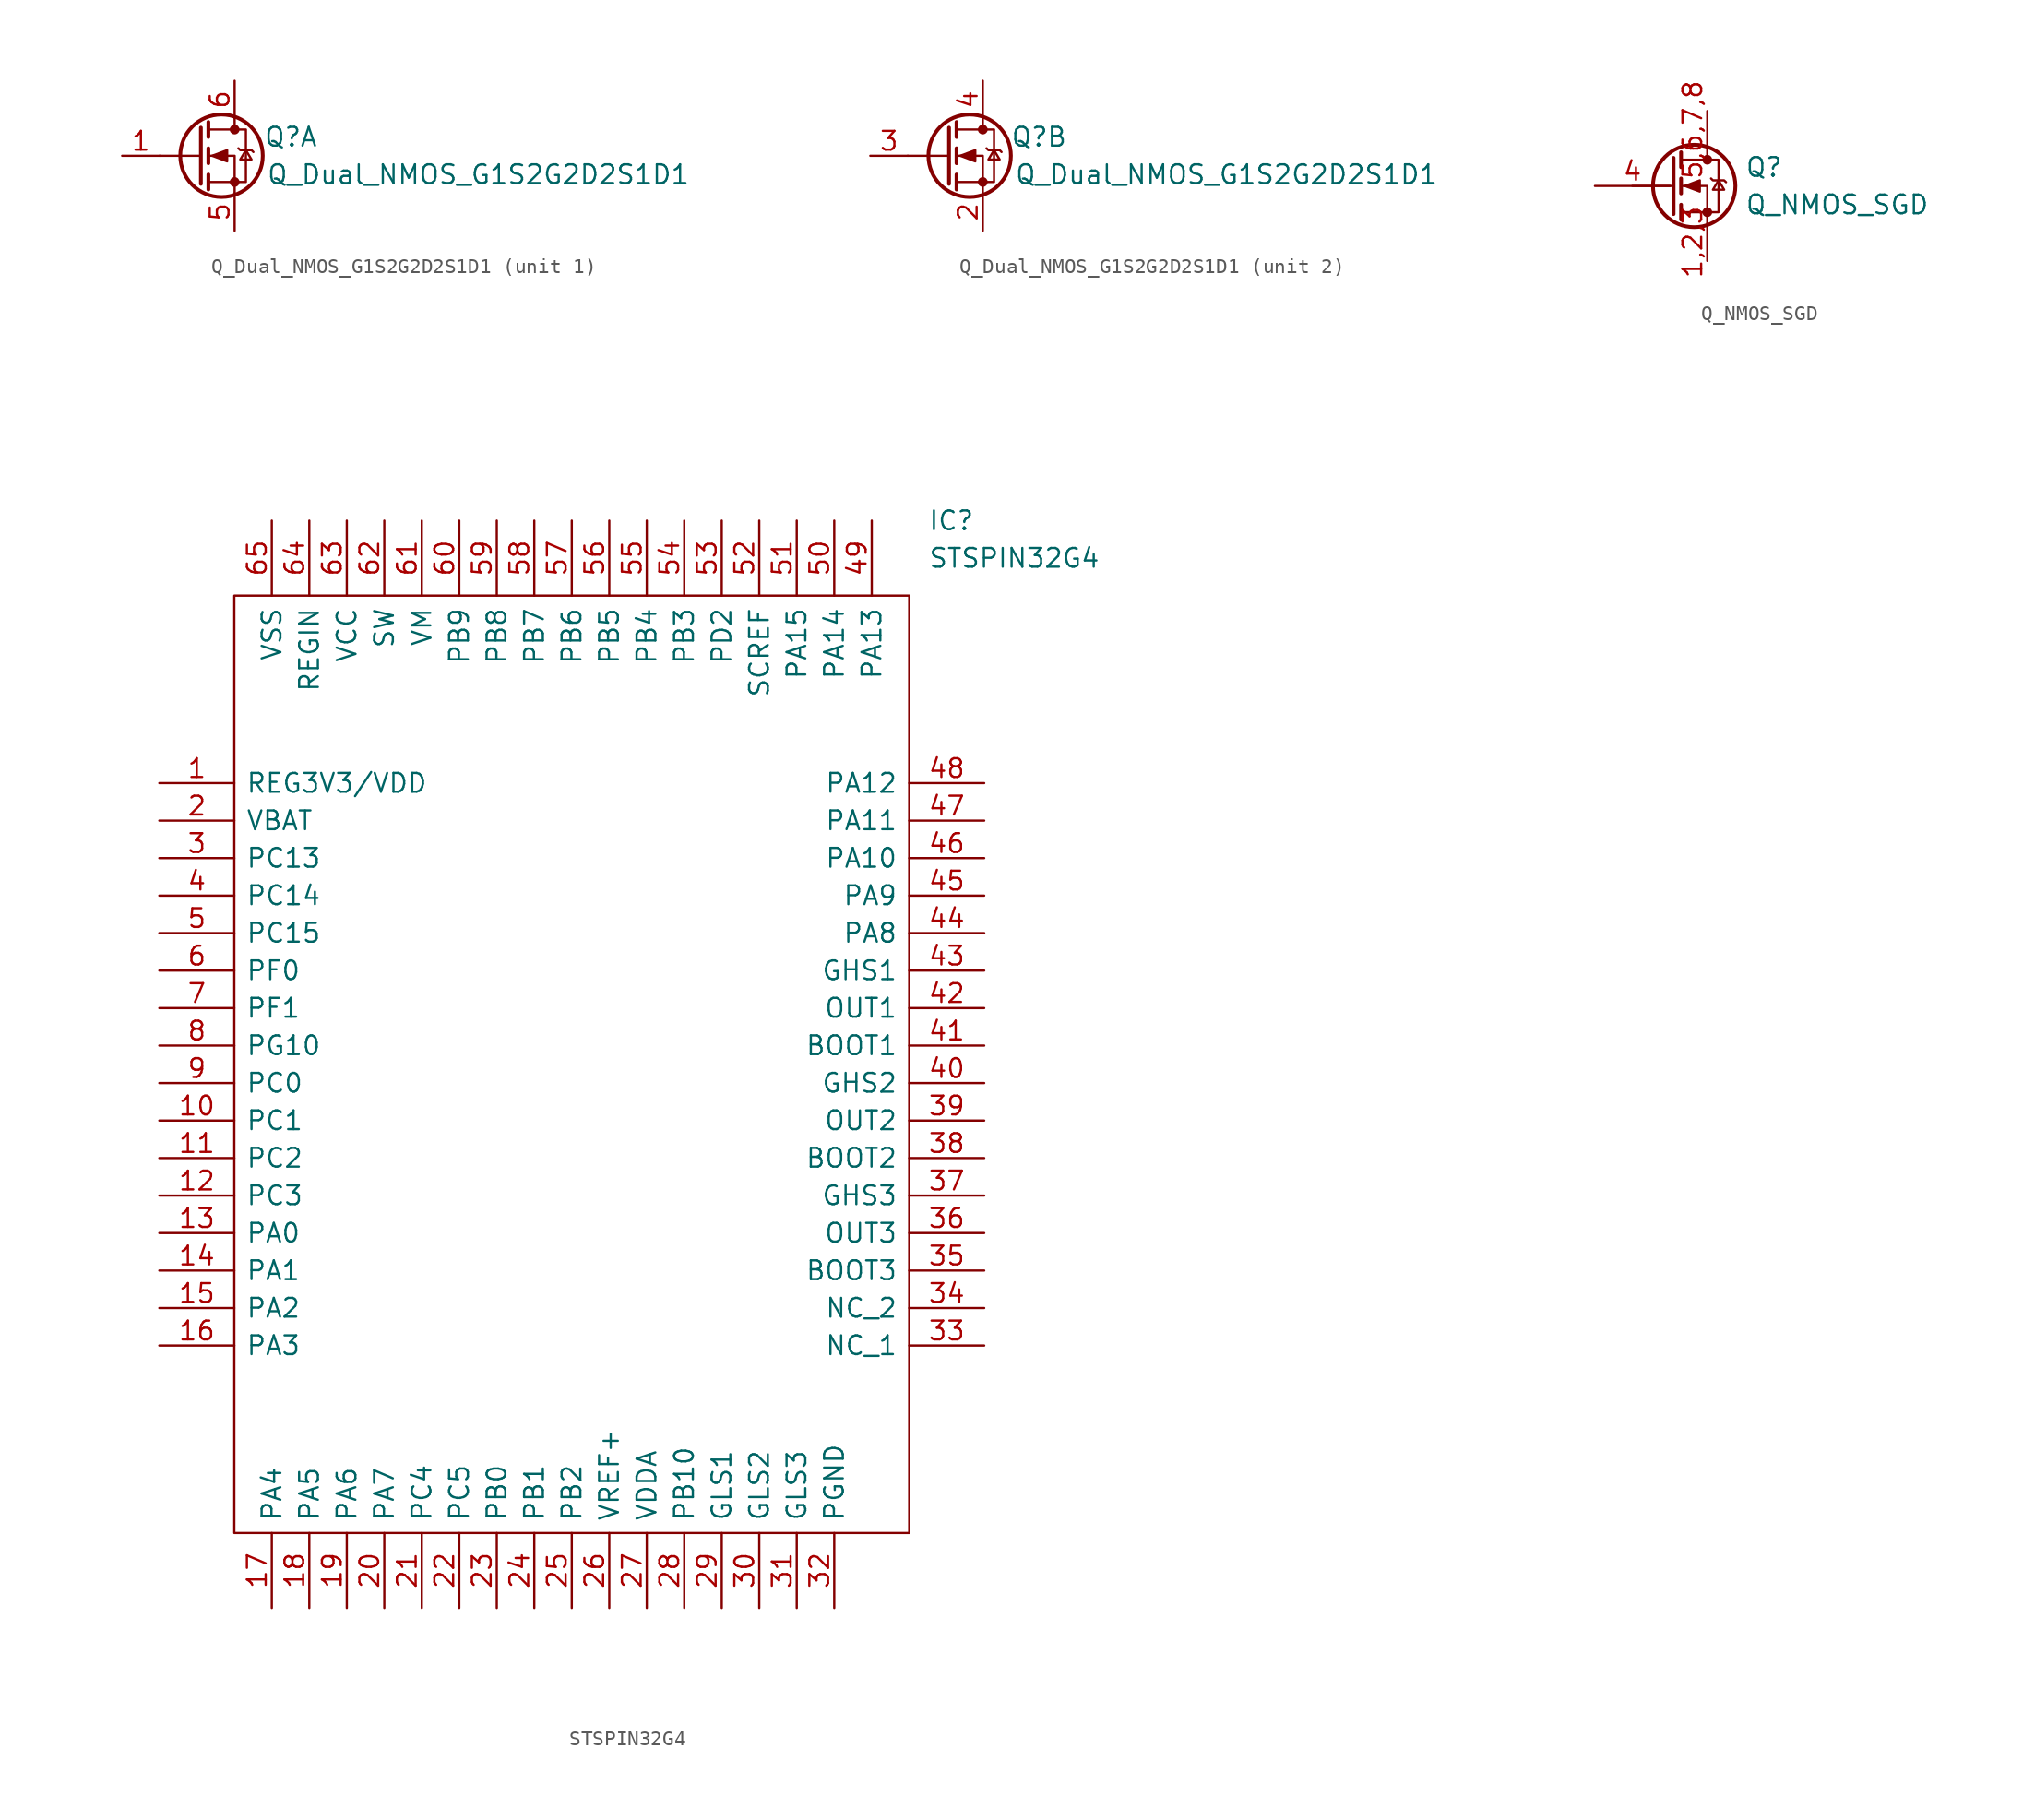
<source format=kicad_sym>
(kicad_symbol_lib
  (version 20220914)
  (generator kicad_symbol_editor)
  (symbol "Q_Dual_NMOS_G1S2G2D2S1D1"
    (pin_names
      (offset 0) hide)
    (property "Reference" "Q"
      (at 6.35 1.27 0)
      (effects (font (size 1.27 1.27))))
    (property "Value" "Q_Dual_NMOS_G1S2G2D2S1D1"
      (at 19.05 -1.27 0)
      (effects (font (size 1.27 1.27))))
    (symbol "Q_Dual_NMOS_G1S2G2D2S1D1_0_1"
      (polyline (pts (xy 0.254 0) (xy -2.54 0)) (stroke (width 0) (type default)) (fill (type none)))
      (polyline (pts (xy 0.254 1.905) (xy 0.254 -1.905)) (stroke (width 0.254) (type default)) (fill (type none)))
      (polyline (pts (xy 0.762 -1.27) (xy 0.762 -2.286)) (stroke (width 0.254) (type default)) (fill (type none)))
      (polyline (pts (xy 0.762 0.508) (xy 0.762 -0.508)) (stroke (width 0.254) (type default)) (fill (type none)))
      (polyline (pts (xy 0.762 2.286) (xy 0.762 1.27)) (stroke (width 0.254) (type default)) (fill (type none)))
      (polyline (pts (xy 2.54 2.54) (xy 2.54 1.778)) (stroke (width 0) (type default)) (fill (type none)))
      (polyline (pts (xy 2.54 -2.54) (xy 2.54 0) (xy 0.762 0)) (stroke (width 0) (type default)) (fill (type none)))
      (polyline (pts (xy 0.762 -1.778) (xy 3.302 -1.778) (xy 3.302 1.778) (xy 0.762 1.778)) (stroke (width 0) (type default)) (fill (type none)))
      (polyline (pts (xy 1.016 0) (xy 2.032 0.381) (xy 2.032 -0.381) (xy 1.016 0)) (stroke (width 0) (type default)) (fill (type outline)))
      (polyline (pts (xy 2.794 0.508) (xy 2.921 0.381) (xy 3.683 0.381) (xy 3.81 0.254)) (stroke (width 0) (type default)) (fill (type none)))
      (polyline (pts (xy 3.302 0.381) (xy 2.921 -0.254) (xy 3.683 -0.254) (xy 3.302 0.381)) (stroke (width 0) (type default)) (fill (type none)))
      (circle (center 1.651 0) (radius 2.794) (stroke (width 0.254) (type default)) (fill (type none)))
      (circle (center 2.54 -1.778) (radius 0.254) (stroke (width 0) (type default)) (fill (type outline)))
      (circle (center 2.54 1.778) (radius 0.254) (stroke (width 0) (type default)) (fill (type outline))))
    (symbol "Q_Dual_NMOS_G1S2G2D2S1D1_1_1"
      (pin input line (at -5.08 0 0) (length 2.54) (name "G" (effects (font (size 1.27 1.27)))) (number "1" (effects (font (size 1.27 1.27)))))
      (pin passive line (at 2.54 -5.08 90) (length 2.54) (name "S" (effects (font (size 1.27 1.27)))) (number "5" (effects (font (size 1.27 1.27)))))
      (pin passive line (at 2.54 5.08 270) (length 2.54) (name "D" (effects (font (size 1.27 1.27)))) (number "6" (effects (font (size 1.27 1.27))))))
    (symbol "Q_Dual_NMOS_G1S2G2D2S1D1_2_1"
      (pin passive line (at 2.54 -5.08 90) (length 2.54) (name "S" (effects (font (size 1.27 1.27)))) (number "2" (effects (font (size 1.27 1.27)))))
      (pin input line (at -5.08 0 0) (length 2.54) (name "G" (effects (font (size 1.27 1.27)))) (number "3" (effects (font (size 1.27 1.27)))))
      (pin passive line (at 2.54 5.08 270) (length 2.54) (name "D" (effects (font (size 1.27 1.27)))) (number "4" (effects (font (size 1.27 1.27)))))))
  (symbol "Q_NMOS_SGD"
    (pin_names
      (offset 0) hide)
    (property "Reference" "Q"
      (at 5.08 1.27 0)
      (effects (font (size 1.27 1.27)) (justify left)))
    (property "Value" "Q_NMOS_SGD"
      (at 5.08 -1.27 0)
      (effects (font (size 1.27 1.27)) (justify left)))
    (symbol "Q_NMOS_SGD_0_1"
      (polyline (pts (xy 0.254 0) (xy -2.54 0)) (stroke (width 0) (type solid)) (fill (type none)))
      (polyline (pts (xy 0.254 1.905) (xy 0.254 -1.905)) (stroke (width 0.254) (type solid)) (fill (type none)))
      (polyline (pts (xy 0.762 -1.27) (xy 0.762 -2.286)) (stroke (width 0.254) (type solid)) (fill (type none)))
      (polyline (pts (xy 0.762 0.508) (xy 0.762 -0.508)) (stroke (width 0.254) (type solid)) (fill (type none)))
      (polyline (pts (xy 0.762 2.286) (xy 0.762 1.27)) (stroke (width 0.254) (type solid)) (fill (type none)))
      (polyline (pts (xy 2.54 2.54) (xy 2.54 1.778)) (stroke (width 0) (type solid)) (fill (type none)))
      (polyline (pts (xy 2.54 -2.54) (xy 2.54 0) (xy 0.762 0)) (stroke (width 0) (type solid)) (fill (type none)))
      (polyline (pts (xy 0.762 -1.778) (xy 3.302 -1.778) (xy 3.302 1.778) (xy 0.762 1.778)) (stroke (width 0) (type solid)) (fill (type none)))
      (polyline (pts (xy 1.016 0) (xy 2.032 0.381) (xy 2.032 -0.381) (xy 1.016 0)) (stroke (width 0) (type solid)) (fill (type outline)))
      (polyline (pts (xy 2.794 0.508) (xy 2.921 0.381) (xy 3.683 0.381) (xy 3.81 0.254)) (stroke (width 0) (type solid)) (fill (type none)))
      (polyline (pts (xy 3.302 0.381) (xy 2.921 -0.254) (xy 3.683 -0.254) (xy 3.302 0.381)) (stroke (width 0) (type solid)) (fill (type none)))
      (circle (center 1.651 0) (radius 2.794) (stroke (width 0.254) (type solid)) (fill (type none)))
      (circle (center 2.54 -1.778) (radius 0.254) (stroke (width 0) (type solid)) (fill (type outline)))
      (circle (center 2.54 1.778) (radius 0.254) (stroke (width 0) (type solid)) (fill (type outline))))
    (symbol "Q_NMOS_SGD_1_1"
      (pin passive line (at 2.54 -5.08 90) (length 2.54) (name "S" (effects (font (size 1.27 1.27)))) (number "1,2,3" (effects (font (size 1.27 1.27)))))
      (pin input line (at -5.08 0 0) (length 5.08) (name "G" (effects (font (size 1.27 1.27)))) (number "4" (effects (font (size 1.27 1.27)))))
      (pin passive line (at 2.54 5.08 270) (length 2.54) (name "D" (effects (font (size 1.27 1.27)))) (number "5,6,7,8" (effects (font (size 1.27 1.27)))))))
  (symbol "STSPIN32G4"
    (pin_names
      (offset 0.762))
    (property "Reference" "IC"
      (at 52.07 17.78 0)
      (effects (font (size 1.27 1.27)) (justify left)))
    (property "Value" "STSPIN32G4"
      (at 52.07 15.24 0)
      (effects (font (size 1.27 1.27)) (justify left)))
    (symbol "STSPIN32G4_0_0"
      (pin passive line (at 0 0 0) (length 5.08) (name "REG3V3/VDD" (effects (font (size 1.27 1.27)))) (number "1" (effects (font (size 1.27 1.27)))))
      (pin passive line (at 0 -22.86 0) (length 5.08) (name "PC1" (effects (font (size 1.27 1.27)))) (number "10" (effects (font (size 1.27 1.27)))))
      (pin passive line (at 0 -25.4 0) (length 5.08) (name "PC2" (effects (font (size 1.27 1.27)))) (number "11" (effects (font (size 1.27 1.27)))))
      (pin passive line (at 0 -27.94 0) (length 5.08) (name "PC3" (effects (font (size 1.27 1.27)))) (number "12" (effects (font (size 1.27 1.27)))))
      (pin passive line (at 0 -30.48 0) (length 5.08) (name "PA0" (effects (font (size 1.27 1.27)))) (number "13" (effects (font (size 1.27 1.27)))))
      (pin passive line (at 0 -33.02 0) (length 5.08) (name "PA1" (effects (font (size 1.27 1.27)))) (number "14" (effects (font (size 1.27 1.27)))))
      (pin passive line (at 0 -35.56 0) (length 5.08) (name "PA2" (effects (font (size 1.27 1.27)))) (number "15" (effects (font (size 1.27 1.27)))))
      (pin passive line (at 0 -38.1 0) (length 5.08) (name "PA3" (effects (font (size 1.27 1.27)))) (number "16" (effects (font (size 1.27 1.27)))))
      (pin passive line (at 7.62 -55.88 90) (length 5.08) (name "PA4" (effects (font (size 1.27 1.27)))) (number "17" (effects (font (size 1.27 1.27)))))
      (pin passive line (at 10.16 -55.88 90) (length 5.08) (name "PA5" (effects (font (size 1.27 1.27)))) (number "18" (effects (font (size 1.27 1.27)))))
      (pin passive line (at 12.7 -55.88 90) (length 5.08) (name "PA6" (effects (font (size 1.27 1.27)))) (number "19" (effects (font (size 1.27 1.27)))))
      (pin passive line (at 0 -2.54 0) (length 5.08) (name "VBAT" (effects (font (size 1.27 1.27)))) (number "2" (effects (font (size 1.27 1.27)))))
      (pin passive line (at 15.24 -55.88 90) (length 5.08) (name "PA7" (effects (font (size 1.27 1.27)))) (number "20" (effects (font (size 1.27 1.27)))))
      (pin passive line (at 17.78 -55.88 90) (length 5.08) (name "PC4" (effects (font (size 1.27 1.27)))) (number "21" (effects (font (size 1.27 1.27)))))
      (pin passive line (at 20.32 -55.88 90) (length 5.08) (name "PC5" (effects (font (size 1.27 1.27)))) (number "22" (effects (font (size 1.27 1.27)))))
      (pin passive line (at 22.86 -55.88 90) (length 5.08) (name "PB0" (effects (font (size 1.27 1.27)))) (number "23" (effects (font (size 1.27 1.27)))))
      (pin passive line (at 25.4 -55.88 90) (length 5.08) (name "PB1" (effects (font (size 1.27 1.27)))) (number "24" (effects (font (size 1.27 1.27)))))
      (pin passive line (at 27.94 -55.88 90) (length 5.08) (name "PB2" (effects (font (size 1.27 1.27)))) (number "25" (effects (font (size 1.27 1.27)))))
      (pin passive line (at 30.48 -55.88 90) (length 5.08) (name "VREF+" (effects (font (size 1.27 1.27)))) (number "26" (effects (font (size 1.27 1.27)))))
      (pin passive line (at 33.02 -55.88 90) (length 5.08) (name "VDDA" (effects (font (size 1.27 1.27)))) (number "27" (effects (font (size 1.27 1.27)))))
      (pin passive line (at 35.56 -55.88 90) (length 5.08) (name "PB10" (effects (font (size 1.27 1.27)))) (number "28" (effects (font (size 1.27 1.27)))))
      (pin passive line (at 38.1 -55.88 90) (length 5.08) (name "GLS1" (effects (font (size 1.27 1.27)))) (number "29" (effects (font (size 1.27 1.27)))))
      (pin passive line (at 0 -5.08 0) (length 5.08) (name "PC13" (effects (font (size 1.27 1.27)))) (number "3" (effects (font (size 1.27 1.27)))))
      (pin passive line (at 40.64 -55.88 90) (length 5.08) (name "GLS2" (effects (font (size 1.27 1.27)))) (number "30" (effects (font (size 1.27 1.27)))))
      (pin passive line (at 43.18 -55.88 90) (length 5.08) (name "GLS3" (effects (font (size 1.27 1.27)))) (number "31" (effects (font (size 1.27 1.27)))))
      (pin passive line (at 45.72 -55.88 90) (length 5.08) (name "PGND" (effects (font (size 1.27 1.27)))) (number "32" (effects (font (size 1.27 1.27)))))
      (pin passive line (at 55.88 -38.1 180) (length 5.08) (name "NC_1" (effects (font (size 1.27 1.27)))) (number "33" (effects (font (size 1.27 1.27)))))
      (pin passive line (at 55.88 -35.56 180) (length 5.08) (name "NC_2" (effects (font (size 1.27 1.27)))) (number "34" (effects (font (size 1.27 1.27)))))
      (pin passive line (at 55.88 -33.02 180) (length 5.08) (name "BOOT3" (effects (font (size 1.27 1.27)))) (number "35" (effects (font (size 1.27 1.27)))))
      (pin passive line (at 55.88 -30.48 180) (length 5.08) (name "OUT3" (effects (font (size 1.27 1.27)))) (number "36" (effects (font (size 1.27 1.27)))))
      (pin passive line (at 55.88 -27.94 180) (length 5.08) (name "GHS3" (effects (font (size 1.27 1.27)))) (number "37" (effects (font (size 1.27 1.27)))))
      (pin passive line (at 55.88 -25.4 180) (length 5.08) (name "BOOT2" (effects (font (size 1.27 1.27)))) (number "38" (effects (font (size 1.27 1.27)))))
      (pin passive line (at 55.88 -22.86 180) (length 5.08) (name "OUT2" (effects (font (size 1.27 1.27)))) (number "39" (effects (font (size 1.27 1.27)))))
      (pin passive line (at 0 -7.62 0) (length 5.08) (name "PC14" (effects (font (size 1.27 1.27)))) (number "4" (effects (font (size 1.27 1.27)))))
      (pin passive line (at 55.88 -20.32 180) (length 5.08) (name "GHS2" (effects (font (size 1.27 1.27)))) (number "40" (effects (font (size 1.27 1.27)))))
      (pin passive line (at 55.88 -17.78 180) (length 5.08) (name "BOOT1" (effects (font (size 1.27 1.27)))) (number "41" (effects (font (size 1.27 1.27)))))
      (pin passive line (at 55.88 -15.24 180) (length 5.08) (name "OUT1" (effects (font (size 1.27 1.27)))) (number "42" (effects (font (size 1.27 1.27)))))
      (pin passive line (at 55.88 -12.7 180) (length 5.08) (name "GHS1" (effects (font (size 1.27 1.27)))) (number "43" (effects (font (size 1.27 1.27)))))
      (pin passive line (at 55.88 -10.16 180) (length 5.08) (name "PA8" (effects (font (size 1.27 1.27)))) (number "44" (effects (font (size 1.27 1.27)))))
      (pin passive line (at 55.88 -7.62 180) (length 5.08) (name "PA9" (effects (font (size 1.27 1.27)))) (number "45" (effects (font (size 1.27 1.27)))))
      (pin passive line (at 55.88 -5.08 180) (length 5.08) (name "PA10" (effects (font (size 1.27 1.27)))) (number "46" (effects (font (size 1.27 1.27)))))
      (pin passive line (at 55.88 -2.54 180) (length 5.08) (name "PA11" (effects (font (size 1.27 1.27)))) (number "47" (effects (font (size 1.27 1.27)))))
      (pin passive line (at 55.88 0 180) (length 5.08) (name "PA12" (effects (font (size 1.27 1.27)))) (number "48" (effects (font (size 1.27 1.27)))))
      (pin passive line (at 48.26 17.78 270) (length 5.08) (name "PA13" (effects (font (size 1.27 1.27)))) (number "49" (effects (font (size 1.27 1.27)))))
      (pin passive line (at 0 -10.16 0) (length 5.08) (name "PC15" (effects (font (size 1.27 1.27)))) (number "5" (effects (font (size 1.27 1.27)))))
      (pin passive line (at 45.72 17.78 270) (length 5.08) (name "PA14" (effects (font (size 1.27 1.27)))) (number "50" (effects (font (size 1.27 1.27)))))
      (pin passive line (at 43.18 17.78 270) (length 5.08) (name "PA15" (effects (font (size 1.27 1.27)))) (number "51" (effects (font (size 1.27 1.27)))))
      (pin passive line (at 40.64 17.78 270) (length 5.08) (name "SCREF" (effects (font (size 1.27 1.27)))) (number "52" (effects (font (size 1.27 1.27)))))
      (pin passive line (at 38.1 17.78 270) (length 5.08) (name "PD2" (effects (font (size 1.27 1.27)))) (number "53" (effects (font (size 1.27 1.27)))))
      (pin passive line (at 35.56 17.78 270) (length 5.08) (name "PB3" (effects (font (size 1.27 1.27)))) (number "54" (effects (font (size 1.27 1.27)))))
      (pin passive line (at 33.02 17.78 270) (length 5.08) (name "PB4" (effects (font (size 1.27 1.27)))) (number "55" (effects (font (size 1.27 1.27)))))
      (pin passive line (at 30.48 17.78 270) (length 5.08) (name "PB5" (effects (font (size 1.27 1.27)))) (number "56" (effects (font (size 1.27 1.27)))))
      (pin passive line (at 27.94 17.78 270) (length 5.08) (name "PB6" (effects (font (size 1.27 1.27)))) (number "57" (effects (font (size 1.27 1.27)))))
      (pin passive line (at 25.4 17.78 270) (length 5.08) (name "PB7" (effects (font (size 1.27 1.27)))) (number "58" (effects (font (size 1.27 1.27)))))
      (pin passive line (at 22.86 17.78 270) (length 5.08) (name "PB8" (effects (font (size 1.27 1.27)))) (number "59" (effects (font (size 1.27 1.27)))))
      (pin passive line (at 0 -12.7 0) (length 5.08) (name "PF0" (effects (font (size 1.27 1.27)))) (number "6" (effects (font (size 1.27 1.27)))))
      (pin passive line (at 20.32 17.78 270) (length 5.08) (name "PB9" (effects (font (size 1.27 1.27)))) (number "60" (effects (font (size 1.27 1.27)))))
      (pin passive line (at 17.78 17.78 270) (length 5.08) (name "VM" (effects (font (size 1.27 1.27)))) (number "61" (effects (font (size 1.27 1.27)))))
      (pin passive line (at 15.24 17.78 270) (length 5.08) (name "SW" (effects (font (size 1.27 1.27)))) (number "62" (effects (font (size 1.27 1.27)))))
      (pin passive line (at 12.7 17.78 270) (length 5.08) (name "VCC" (effects (font (size 1.27 1.27)))) (number "63" (effects (font (size 1.27 1.27)))))
      (pin passive line (at 10.16 17.78 270) (length 5.08) (name "REGIN" (effects (font (size 1.27 1.27)))) (number "64" (effects (font (size 1.27 1.27)))))
      (pin passive line (at 7.62 17.78 270) (length 5.08) (name "VSS" (effects (font (size 1.27 1.27)))) (number "65" (effects (font (size 1.27 1.27)))))
      (pin passive line (at 0 -15.24 0) (length 5.08) (name "PF1" (effects (font (size 1.27 1.27)))) (number "7" (effects (font (size 1.27 1.27)))))
      (pin passive line (at 0 -17.78 0) (length 5.08) (name "PG10" (effects (font (size 1.27 1.27)))) (number "8" (effects (font (size 1.27 1.27)))))
      (pin passive line (at 0 -20.32 0) (length 5.08) (name "PC0" (effects (font (size 1.27 1.27)))) (number "9" (effects (font (size 1.27 1.27))))))
    (symbol "STSPIN32G4_0_1"
      (polyline (pts (xy 5.08 12.7) (xy 50.8 12.7) (xy 50.8 -50.8) (xy 5.08 -50.8) (xy 5.08 12.7)) (stroke (width 0.152) (type solid)) (fill (type none))))))
</source>
